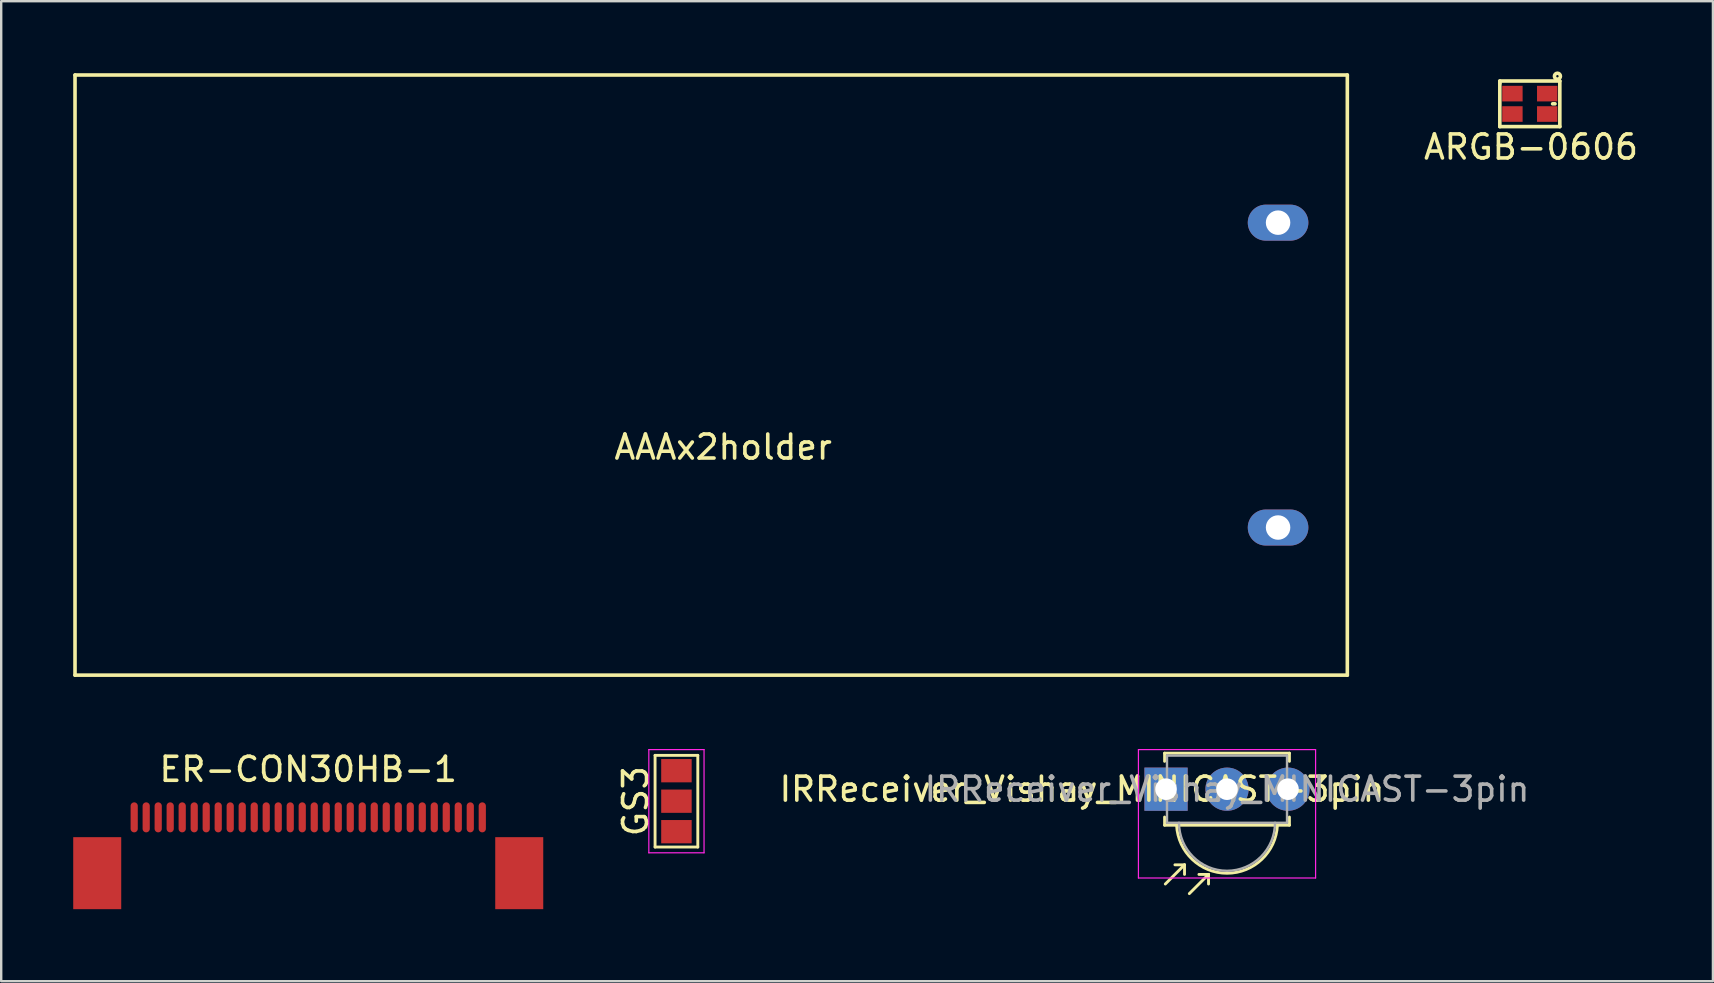
<source format=kicad_pcb>
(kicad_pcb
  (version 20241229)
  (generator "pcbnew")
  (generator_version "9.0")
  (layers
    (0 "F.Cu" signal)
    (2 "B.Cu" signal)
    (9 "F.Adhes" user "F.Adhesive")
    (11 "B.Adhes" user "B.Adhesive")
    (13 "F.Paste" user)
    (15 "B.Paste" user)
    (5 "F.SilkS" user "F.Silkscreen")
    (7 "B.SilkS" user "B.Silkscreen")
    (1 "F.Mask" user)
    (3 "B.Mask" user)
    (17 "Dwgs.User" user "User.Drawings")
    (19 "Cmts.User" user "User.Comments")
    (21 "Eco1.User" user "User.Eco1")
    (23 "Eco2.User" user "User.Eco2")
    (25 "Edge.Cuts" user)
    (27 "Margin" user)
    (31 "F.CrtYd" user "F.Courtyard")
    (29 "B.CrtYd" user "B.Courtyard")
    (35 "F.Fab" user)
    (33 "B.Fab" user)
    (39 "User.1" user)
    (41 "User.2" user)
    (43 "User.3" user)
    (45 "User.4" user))
  (footprint "GS3"
    (layer "F.Cu")
    (at 25.128 30.325)
    (property "Reference" "GS3" (at -1.7 0 90) (layer "F.SilkS") (effects (font (size 1 1) (thickness 0.15))))
    (attr smd)
    (fp_line (start -0.89 -1.91) (end -0.89 1.91) (stroke (width 0.12) (type solid)) (layer "F.SilkS"))
    (fp_line (start -0.89 -1.91) (end 0.89 -1.91) (stroke (width 0.12) (type solid)) (layer "F.SilkS"))
    (fp_line (start -0.89 1.91) (end 0.89 1.91) (stroke (width 0.12) (type solid)) (layer "F.SilkS"))
    (fp_line (start 0.89 1.91) (end 0.89 -1.91) (stroke (width 0.12) (type solid)) (layer "F.SilkS"))
    (fp_line (start -1.15 -2.15) (end 1.15 -2.15) (stroke (width 0.05) (type solid)) (layer "F.CrtYd"))
    (fp_line (start -1.15 2.15) (end -1.15 -2.15) (stroke (width 0.05) (type solid)) (layer "F.CrtYd"))
    (fp_line (start 1.15 -2.15) (end 1.15 2.15) (stroke (width 0.05) (type solid)) (layer "F.CrtYd"))
    (fp_line (start 1.15 2.15) (end -1.15 2.15) (stroke (width 0.05) (type solid)) (layer "F.CrtYd"))
    (pad "1" smd rect (at 0 -1.27) (size 1.27 0.97) (layers "F.Cu" "F.Mask" "F.Paste"))
    (pad "2" smd rect (at 0 0) (size 1.27 0.97) (layers "F.Cu" "F.Mask" "F.Paste"))
    (pad "3" smd rect (at 0 1.27) (size 1.27 0.97) (layers "F.Cu" "F.Mask" "F.Paste")))
  (footprint "AAAx2holder"
    (layer "F.Cu")
    (at 26.575 12.575)
    (property "Reference" "AAAx2holder" (at 0.5 3 0) (layer "F.SilkS") (effects (font (size 1 1) (thickness 0.15))))
    (attr through_hole)
    (fp_line (start -26.5 -12.5) (end 26.5 -12.5) (stroke (width 0.15) (type solid)) (layer "F.SilkS"))
    (fp_line (start -26.5 12.5) (end -26.5 -12.5) (stroke (width 0.15) (type solid)) (layer "F.SilkS"))
    (fp_line (start 26.5 -12.5) (end 26.5 12.5) (stroke (width 0.15) (type solid)) (layer "F.SilkS"))
    (fp_line (start 26.5 12.5) (end -26.5 12.5) (stroke (width 0.15) (type solid)) (layer "F.SilkS"))
    (pad "1" thru_hole oval (at 23.615 6.35 90) (size 1.5 2.524) (drill 1.02) (layers "*.Cu" "*.Mask"))
    (pad "2" thru_hole oval (at 23.615 -6.35 90) (size 1.5 2.524) (drill 1.02) (layers "*.Cu" "*.Mask")))
  (footprint "IRReceiver_Vishay_MINICAST-3pin"
    (layer "F.Cu")
    (at 45.523 29.825)
    (property "Reference" "IRReceiver_Vishay_MINICAST-3pin" (at -3.5 0 180) (layer "F.SilkS") (effects (font (size 1 1) (thickness 0.15))))
    (attr through_hole)
    (fp_line (start -0.06 -1.5) (end -0.06 -1.16) (stroke (width 0.12) (type solid)) (layer "F.SilkS"))
    (fp_line (start -0.06 1.5) (end -0.06 1.16) (stroke (width 0.12) (type solid)) (layer "F.SilkS"))
    (fp_line (start 0.77 3.15) (end -0.03 3.95) (stroke (width 0.12) (type solid)) (layer "F.SilkS"))
    (fp_line (start 0.77 3.15) (end 0.37 3.15) (stroke (width 0.12) (type solid)) (layer "F.SilkS"))
    (fp_line (start 0.77 3.15) (end 0.77 3.55) (stroke (width 0.12) (type solid)) (layer "F.SilkS"))
    (fp_line (start 1.77 3.55) (end 0.97 4.35) (stroke (width 0.12) (type solid)) (layer "F.SilkS"))
    (fp_line (start 1.77 3.55) (end 1.37 3.55) (stroke (width 0.12) (type solid)) (layer "F.SilkS"))
    (fp_line (start 1.77 3.55) (end 1.77 3.95) (stroke (width 0.12) (type solid)) (layer "F.SilkS"))
    (fp_line (start 5.14 -1.5) (end -0.06 -1.5) (stroke (width 0.12) (type solid)) (layer "F.SilkS"))
    (fp_line (start 5.14 -1.16) (end 5.14 -1.5) (stroke (width 0.12) (type solid)) (layer "F.SilkS"))
    (fp_line (start 5.14 1.16) (end 5.14 1.5) (stroke (width 0.12) (type solid)) (layer "F.SilkS"))
    (fp_line (start 5.14 1.5) (end -0.06 1.5) (stroke (width 0.12) (type solid)) (layer "F.SilkS"))
    (fp_arc (start 4.64 1.5) (mid 2.540869 3.502379) (end 0.440083 1.501736) (stroke (width 0.12) (type solid)) (layer "F.SilkS"))
    (fp_line (start -1.15 -1.65) (end -1.15 3.7) (stroke (width 0.05) (type solid)) (layer "F.CrtYd"))
    (fp_line (start -1.15 -1.65) (end 6.23 -1.65) (stroke (width 0.05) (type solid)) (layer "F.CrtYd"))
    (fp_line (start 6.23 3.7) (end -1.15 3.7) (stroke (width 0.05) (type solid)) (layer "F.CrtYd"))
    (fp_line (start 6.23 3.7) (end 6.23 -1.65) (stroke (width 0.05) (type solid)) (layer "F.CrtYd"))
    (fp_line (start 0.04 -1.4) (end 5.04 -1.4) (stroke (width 0.1) (type solid)) (layer "F.Fab"))
    (fp_line (start 0.04 1.4) (end 0.04 -1.4) (stroke (width 0.1) (type solid)) (layer "F.Fab"))
    (fp_line (start 5.04 -1.4) (end 5.04 1.4) (stroke (width 0.1) (type solid)) (layer "F.Fab"))
    (fp_line (start 5.04 1.4) (end 0.04 1.4) (stroke (width 0.1) (type solid)) (layer "F.Fab"))
    (fp_arc (start 4.54 1.4) (mid 2.54 3.4) (end 0.54 1.4) (stroke (width 0.1) (type solid)) (layer "F.Fab"))
    (fp_text user "${REFERENCE}" (at 2.54 0 0) (layer "F.Fab") (effects (font (size 1 1) (thickness 0.15))))
    (pad "1" thru_hole rect (at 0 0) (size 1.8 1.8) (drill 0.9) (layers "*.Cu" "*.Mask"))
    (pad "2" thru_hole circle (at 2.54 0) (size 1.8 1.8) (drill 0.9) (layers "*.Cu" "*.Mask"))
    (pad "3" thru_hole circle (at 5.08 0) (size 1.8 1.8) (drill 0.9) (layers "*.Cu" "*.Mask")))
  (footprint "ARGB-0606"
    (layer "F.Cu")
    (at 60.677 1.275)
    (property "Reference" "ARGB-0606" (at 0.05 1.8 0) (layer "F.SilkS") (effects (font (size 1 1) (thickness 0.15))))
    (attr through_hole)
    (fp_line (start -1.25 -0.95) (end -1.25 -0.85) (stroke (width 0.15) (type solid)) (layer "F.SilkS"))
    (fp_line (start -1.25 -0.85) (end -1.25 0.95) (stroke (width 0.15) (type solid)) (layer "F.SilkS"))
    (fp_line (start -1.25 0.95) (end 1.25 0.95) (stroke (width 0.15) (type solid)) (layer "F.SilkS"))
    (fp_line (start 0.95 0) (end 1.05 0) (stroke (width 0.15) (type solid)) (layer "F.SilkS"))
    (fp_line (start 1.25 -0.95) (end -1.25 -0.95) (stroke (width 0.15) (type solid)) (layer "F.SilkS"))
    (fp_line (start 1.25 0.95) (end 1.25 -0.95) (stroke (width 0.15) (type solid)) (layer "F.SilkS"))
    (fp_circle (center 1.15 -1.15) (end 1.1 -1.15) (stroke (width 0.15) (type solid)) (fill no) (layer "F.SilkS"))
    (pad "1" smd rect (at 0.725 -0.425) (size 0.85 0.65) (layers "F.Cu" "F.Mask" "F.Paste"))
    (pad "2" smd rect (at 0.725 0.425) (size 0.85 0.65) (layers "F.Cu" "F.Mask" "F.Paste"))
    (pad "3" smd rect (at -0.725 -0.425) (size 0.85 0.65) (layers "F.Cu" "F.Mask" "F.Paste"))
    (pad "4" smd rect (at -0.725 0.425) (size 0.85 0.65) (layers "F.Cu" "F.Mask" "F.Paste")))
  (footprint "ER-CON30HB-1"
    (layer "F.Cu")
    (at 9.79 30.998)
    (property "Reference" "ER-CON30HB-1" (at 0 -2 0) (layer "F.SilkS") (effects (font (size 1 1) (thickness 0.15))))
    (attr through_hole)
    (fp_circle (center -9.25 1.4) (end -9 1.4) (stroke (width 0.5) (type solid)) (fill no) (layer "F.Paste"))
    (fp_circle (center -9.25 2.7) (end -9 2.7) (stroke (width 0.5) (type solid)) (fill no) (layer "F.Paste"))
    (fp_circle (center -8.35 2) (end -8.1 2) (stroke (width 0.5) (type solid)) (fill no) (layer "F.Paste"))
    (fp_circle (center -8.35 3.3) (end -8.1 3.3) (stroke (width 0.5) (type solid)) (fill no) (layer "F.Paste"))
    (fp_circle (center 8.3 1.4) (end 8.55 1.4) (stroke (width 0.5) (type solid)) (fill no) (layer "F.Paste"))
    (fp_circle (center 8.3 2.7) (end 8.55 2.7) (stroke (width 0.5) (type solid)) (fill no) (layer "F.Paste"))
    (fp_circle (center 9.2 2) (end 9.45 2) (stroke (width 0.5) (type solid)) (fill no) (layer "F.Paste"))
    (fp_circle (center 9.2 3.3) (end 9.45 3.3) (stroke (width 0.5) (type solid)) (fill no) (layer "F.Paste"))
    (pad "1" smd oval (at 7.25 0 180) (size 0.3 1.25) (layers "F.Cu" "F.Mask" "F.Paste"))
    (pad "2" smd oval (at 6.75 0 180) (size 0.3 1.25) (layers "F.Cu" "F.Mask" "F.Paste"))
    (pad "3" smd oval (at 6.25 0 180) (size 0.3 1.25) (layers "F.Cu" "F.Mask" "F.Paste"))
    (pad "4" smd oval (at 5.75 0 180) (size 0.3 1.25) (layers "F.Cu" "F.Mask" "F.Paste"))
    (pad "5" smd oval (at 5.25 0 180) (size 0.3 1.25) (layers "F.Cu" "F.Mask" "F.Paste"))
    (pad "6" smd oval (at 4.75 0 180) (size 0.3 1.25) (layers "F.Cu" "F.Mask" "F.Paste"))
    (pad "7" smd oval (at 4.25 0 180) (size 0.3 1.25) (layers "F.Cu" "F.Mask" "F.Paste"))
    (pad "8" smd oval (at 3.75 0 180) (size 0.3 1.25) (layers "F.Cu" "F.Mask" "F.Paste"))
    (pad "9" smd oval (at 3.25 0 180) (size 0.3 1.25) (layers "F.Cu" "F.Mask" "F.Paste"))
    (pad "10" smd oval (at 2.75 0 180) (size 0.3 1.25) (layers "F.Cu" "F.Mask" "F.Paste"))
    (pad "11" smd oval (at 2.25 0 180) (size 0.3 1.25) (layers "F.Cu" "F.Mask" "F.Paste"))
    (pad "12" smd oval (at 1.75 0 180) (size 0.3 1.25) (layers "F.Cu" "F.Mask" "F.Paste"))
    (pad "13" smd oval (at 1.25 0 180) (size 0.3 1.25) (layers "F.Cu" "F.Mask" "F.Paste"))
    (pad "14" smd oval (at 0.75 0 180) (size 0.3 1.25) (layers "F.Cu" "F.Mask" "F.Paste"))
    (pad "15" smd oval (at 0.25 0 180) (size 0.3 1.25) (layers "F.Cu" "F.Mask" "F.Paste"))
    (pad "16" smd oval (at -0.25 0 180) (size 0.3 1.25) (layers "F.Cu" "F.Mask" "F.Paste"))
    (pad "17" smd oval (at -0.75 0 180) (size 0.3 1.25) (layers "F.Cu" "F.Mask" "F.Paste"))
    (pad "18" smd oval (at -1.25 0 180) (size 0.3 1.25) (layers "F.Cu" "F.Mask" "F.Paste"))
    (pad "19" smd oval (at -1.75 0 180) (size 0.3 1.25) (layers "F.Cu" "F.Mask" "F.Paste"))
    (pad "20" smd oval (at -2.25 0 180) (size 0.3 1.25) (layers "F.Cu" "F.Mask" "F.Paste"))
    (pad "21" smd oval (at -2.75 0 180) (size 0.3 1.25) (layers "F.Cu" "F.Mask" "F.Paste"))
    (pad "22" smd oval (at -3.25 0 180) (size 0.3 1.25) (layers "F.Cu" "F.Mask" "F.Paste"))
    (pad "23" smd oval (at -3.75 0 180) (size 0.3 1.25) (layers "F.Cu" "F.Mask" "F.Paste"))
    (pad "24" smd oval (at -4.25 0 180) (size 0.3 1.25) (layers "F.Cu" "F.Mask" "F.Paste"))
    (pad "25" smd oval (at -4.75 0 180) (size 0.3 1.25) (layers "F.Cu" "F.Mask" "F.Paste"))
    (pad "26" smd oval (at -5.25 0 180) (size 0.3 1.25) (layers "F.Cu" "F.Mask" "F.Paste"))
    (pad "27" smd oval (at -5.75 0 180) (size 0.3 1.25) (layers "F.Cu" "F.Mask" "F.Paste"))
    (pad "28" smd oval (at -6.25 0 180) (size 0.3 1.25) (layers "F.Cu" "F.Mask" "F.Paste"))
    (pad "29" smd oval (at -6.75 0 180) (size 0.3 1.25) (layers "F.Cu" "F.Mask" "F.Paste"))
    (pad "30" smd oval (at -7.25 0 180) (size 0.3 1.25) (layers "F.Cu" "F.Mask" "F.Paste"))
    (pad "31" smd rect (at -8.79 2.325) (size 2 3) (layers "F.Cu" "F.Mask"))
    (pad "31" smd rect (at 8.79 2.325) (size 2 3) (layers "F.Cu" "F.Mask")))
  (gr_rect
    (start -3 -3)
    (end 68.305 37.823)
    (stroke (width 0.1) (type default))
    (fill no)
    (layer "Edge.Cuts")))
</source>
